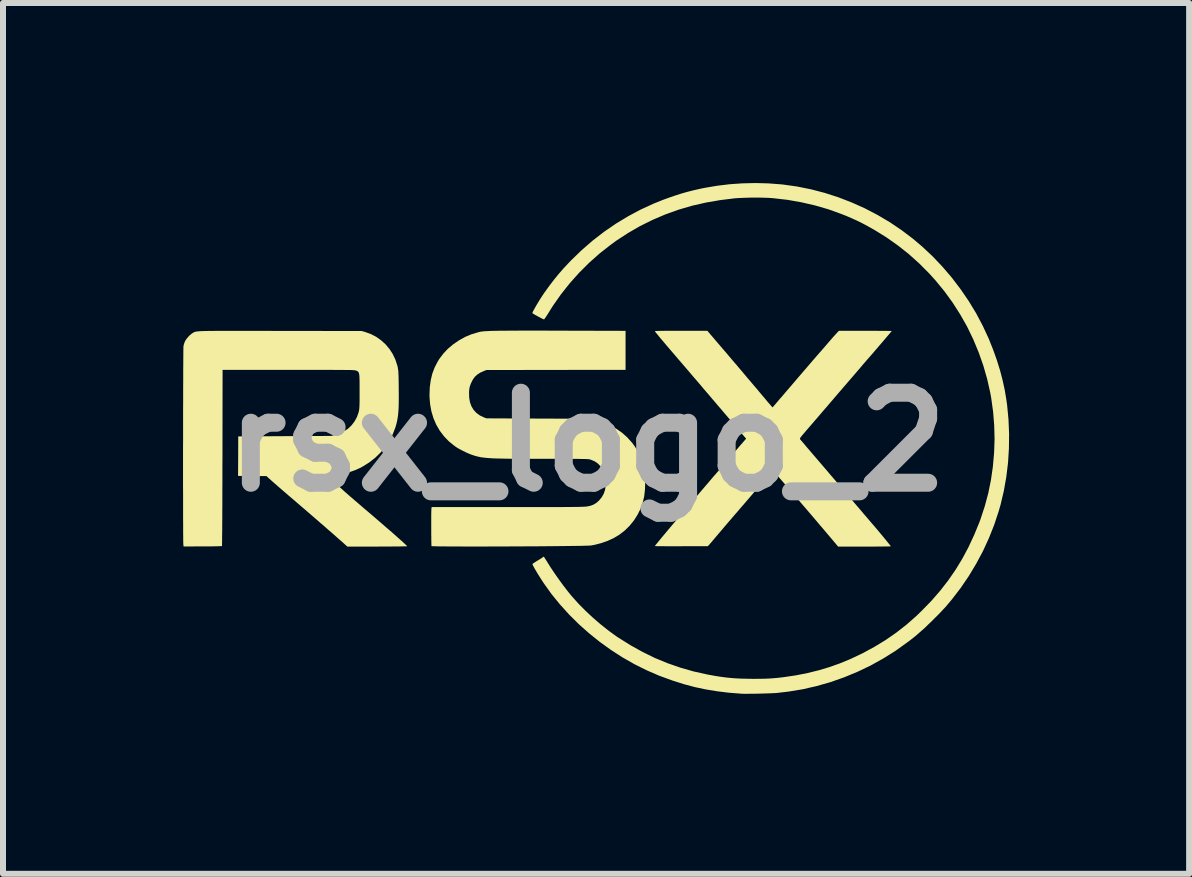
<source format=kicad_pcb>
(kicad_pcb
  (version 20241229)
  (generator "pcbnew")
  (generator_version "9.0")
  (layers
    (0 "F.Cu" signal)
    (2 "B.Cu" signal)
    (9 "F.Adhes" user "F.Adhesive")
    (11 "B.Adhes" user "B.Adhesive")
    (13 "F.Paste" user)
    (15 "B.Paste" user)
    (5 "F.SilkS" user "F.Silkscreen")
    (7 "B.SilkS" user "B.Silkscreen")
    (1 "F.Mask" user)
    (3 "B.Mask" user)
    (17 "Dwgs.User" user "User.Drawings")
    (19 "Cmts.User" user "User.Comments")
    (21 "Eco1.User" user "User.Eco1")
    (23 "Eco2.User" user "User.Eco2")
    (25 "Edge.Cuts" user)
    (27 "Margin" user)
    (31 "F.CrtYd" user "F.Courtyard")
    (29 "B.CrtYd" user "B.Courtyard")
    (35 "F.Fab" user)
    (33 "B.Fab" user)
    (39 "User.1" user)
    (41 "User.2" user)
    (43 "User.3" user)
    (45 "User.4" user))
  (footprint "rsx_logo_2"
    (layer "F.Cu")
    (at 6.737 4.316)
    (property "Reference" "rsx_logo_2" (at 0 0 0) (layer "F.Fab") (effects (font (size 1.5 1.5) (thickness 0.3))))
    (attr board_only exclude_from_pos_files exclude_from_bom)
    (fp_poly (pts (xy -0.865 -1.857) (xy -0.731 -1.857) (xy -0.585 -1.856) (xy -0.425 -1.856) (xy -0.399 -1.856) (xy -0.281 -1.855) (xy -0.167 -1.855) (xy -0.058 -1.855) (xy 0.046 -1.855) (xy 0.144 -1.854) (xy 0.236 -1.854) (xy 0.319 -1.854) (xy 0.394 -1.854) (xy 0.46 -1.854) (xy 0.515 -1.854) (xy 0.56 -1.853) (xy 0.593 -1.853) (xy 0.614 -1.853) (xy 0.621 -1.853) (xy 0.637 -1.854) (xy 0.637 -1.529) (xy 0.637 -1.203) (xy -0.523 -1.202) (xy -1.682 -1.2) (xy -1.721 -1.185) (xy -1.783 -1.157) (xy -1.833 -1.125) (xy -1.875 -1.087) (xy -1.909 -1.039) (xy -1.938 -0.981) (xy -1.946 -0.96) (xy -1.956 -0.933) (xy -1.963 -0.908) (xy -1.967 -0.881) (xy -1.97 -0.847) (xy -1.971 -0.825) (xy -1.969 -0.741) (xy -1.956 -0.665) (xy -1.932 -0.597) (xy -1.896 -0.537) (xy -1.85 -0.487) (xy -1.794 -0.445) (xy -1.727 -0.412) (xy -1.723 -0.411) (xy -1.682 -0.395) (xy -0.815 -0.391) (xy 0.052 -0.388) (xy 0.126 -0.369) (xy 0.252 -0.332) (xy 0.369 -0.284) (xy 0.477 -0.225) (xy 0.576 -0.157) (xy 0.665 -0.078) (xy 0.745 0.011) (xy 0.763 0.035) (xy 0.8 0.087) (xy 0.835 0.146) (xy 0.867 0.207) (xy 0.894 0.265) (xy 0.909 0.307) (xy 0.933 0.393) (xy 0.95 0.489) (xy 0.96 0.591) (xy 0.964 0.694) (xy 0.96 0.796) (xy 0.949 0.893) (xy 0.948 0.902) (xy 0.923 1.009) (xy 0.886 1.113) (xy 0.836 1.212) (xy 0.776 1.307) (xy 0.705 1.394) (xy 0.626 1.472) (xy 0.539 1.54) (xy 0.529 1.547) (xy 0.438 1.601) (xy 0.338 1.647) (xy 0.232 1.684) (xy 0.124 1.712) (xy 0.057 1.724) (xy 0.041 1.725) (xy 0.012 1.726) (xy -0.029 1.727) (xy -0.08 1.729) (xy -0.142 1.73) (xy -0.213 1.731) (xy -0.293 1.732) (xy -0.38 1.733) (xy -0.473 1.734) (xy -0.573 1.735) (xy -0.678 1.736) (xy -0.787 1.737) (xy -0.9 1.738) (xy -1.015 1.738) (xy -1.132 1.739) (xy -1.25 1.739) (xy -1.368 1.74) (xy -1.486 1.74) (xy -1.601 1.74) (xy -1.715 1.741) (xy -1.825 1.741) (xy -1.931 1.741) (xy -2.033 1.741) (xy -2.129 1.74) (xy -2.218 1.74) (xy -2.3 1.74) (xy -2.373 1.739) (xy -2.438 1.739) (xy -2.493 1.738) (xy -2.537 1.737) (xy -2.569 1.736) (xy -2.59 1.735) (xy -2.597 1.734) (xy -2.598 1.724) (xy -2.598 1.703) (xy -2.599 1.671) (xy -2.6 1.63) (xy -2.6 1.583) (xy -2.601 1.53) (xy -2.601 1.474) (xy -2.601 1.416) (xy -2.601 1.359) (xy -2.601 1.303) (xy -2.601 1.251) (xy -2.601 1.205) (xy -2.6 1.166) (xy -2.599 1.135) (xy -2.599 1.116) (xy -2.598 1.111) (xy -2.594 1.084) (xy -1.334 1.084) (xy -1.173 1.084) (xy -1.026 1.084) (xy -0.891 1.084) (xy -0.769 1.084) (xy -0.658 1.084) (xy -0.558 1.084) (xy -0.469 1.083) (xy -0.39 1.083) (xy -0.32 1.082) (xy -0.259 1.082) (xy -0.206 1.081) (xy -0.161 1.081) (xy -0.122 1.08) (xy -0.09 1.079) (xy -0.064 1.078) (xy -0.043 1.077) (xy -0.027 1.076) (xy -0.014 1.075) (xy -0.009 1.074) (xy 0.052 1.062) (xy 0.104 1.042) (xy 0.15 1.014) (xy 0.194 0.975) (xy 0.196 0.973) (xy 0.24 0.92) (xy 0.273 0.862) (xy 0.295 0.798) (xy 0.306 0.726) (xy 0.308 0.678) (xy 0.302 0.6) (xy 0.286 0.528) (xy 0.259 0.463) (xy 0.222 0.406) (xy 0.177 0.359) (xy 0.122 0.321) (xy 0.06 0.295) (xy 0.044 0.29) (xy 0.036 0.288) (xy 0.025 0.287) (xy 0.01 0.285) (xy -0.008 0.284) (xy -0.032 0.283) (xy -0.062 0.282) (xy -0.099 0.282) (xy -0.143 0.281) (xy -0.196 0.28) (xy -0.258 0.28) (xy -0.331 0.28) (xy -0.414 0.28) (xy -0.509 0.28) (xy -0.616 0.279) (xy -0.7 0.279) (xy -0.841 0.279) (xy -0.969 0.279) (xy -1.084 0.279) (xy -1.189 0.278) (xy -1.282 0.278) (xy -1.365 0.277) (xy -1.439 0.275) (xy -1.505 0.274) (xy -1.563 0.272) (xy -1.615 0.269) (xy -1.66 0.266) (xy -1.7 0.262) (xy -1.736 0.258) (xy -1.768 0.254) (xy -1.798 0.248) (xy -1.825 0.242) (xy -1.852 0.235) (xy -1.878 0.228) (xy -1.904 0.219) (xy -1.911 0.217) (xy -1.963 0.198) (xy -2.02 0.173) (xy -2.079 0.144) (xy -2.136 0.114) (xy -2.186 0.084) (xy -2.217 0.062) (xy -2.31 -0.014) (xy -2.39 -0.098) (xy -2.46 -0.19) (xy -2.518 -0.29) (xy -2.564 -0.397) (xy -2.598 -0.51) (xy -2.62 -0.63) (xy -2.63 -0.756) (xy -2.63 -0.793) (xy -2.625 -0.917) (xy -2.609 -1.032) (xy -2.583 -1.14) (xy -2.545 -1.241) (xy -2.496 -1.337) (xy -2.468 -1.383) (xy -2.401 -1.472) (xy -2.324 -1.554) (xy -2.236 -1.628) (xy -2.14 -1.694) (xy -2.038 -1.751) (xy -1.93 -1.796) (xy -1.819 -1.829) (xy -1.787 -1.837) (xy -1.772 -1.84) (xy -1.754 -1.842) (xy -1.733 -1.844) (xy -1.707 -1.847) (xy -1.677 -1.848) (xy -1.642 -1.85) (xy -1.601 -1.852) (xy -1.553 -1.853) (xy -1.498 -1.854) (xy -1.436 -1.855) (xy -1.365 -1.855) (xy -1.285 -1.856) (xy -1.196 -1.856) (xy -1.097 -1.857) (xy -0.987 -1.857)) (stroke (width 0) (type solid)) (fill yes) (layer "F.SilkS"))
    (fp_poly (pts (xy 3.02 -4.31) (xy 3.23 -4.294) (xy 3.26 -4.291) (xy 3.495 -4.258) (xy 3.728 -4.211) (xy 3.958 -4.151) (xy 4.184 -4.078) (xy 4.406 -3.992) (xy 4.623 -3.895) (xy 4.834 -3.785) (xy 5.039 -3.664) (xy 5.235 -3.532) (xy 5.424 -3.389) (xy 5.579 -3.258) (xy 5.753 -3.095) (xy 5.918 -2.921) (xy 6.074 -2.739) (xy 6.219 -2.548) (xy 6.354 -2.351) (xy 6.478 -2.147) (xy 6.589 -1.937) (xy 6.688 -1.724) (xy 6.766 -1.528) (xy 6.827 -1.356) (xy 6.878 -1.191) (xy 6.92 -1.029) (xy 6.955 -0.869) (xy 6.982 -0.708) (xy 6.995 -0.616) (xy 7.018 -0.374) (xy 7.028 -0.133) (xy 7.025 0.108) (xy 7.01 0.347) (xy 6.981 0.584) (xy 6.94 0.816) (xy 6.886 1.044) (xy 6.854 1.154) (xy 6.78 1.379) (xy 6.692 1.6) (xy 6.592 1.818) (xy 6.479 2.029) (xy 6.355 2.235) (xy 6.22 2.433) (xy 6.074 2.623) (xy 5.968 2.749) (xy 5.934 2.785) (xy 5.893 2.829) (xy 5.846 2.878) (xy 5.794 2.929) (xy 5.742 2.982) (xy 5.689 3.032) (xy 5.64 3.08) (xy 5.596 3.121) (xy 5.558 3.154) (xy 5.557 3.155) (xy 5.519 3.188) (xy 5.49 3.214) (xy 5.466 3.234) (xy 5.445 3.251) (xy 5.425 3.267) (xy 5.403 3.284) (xy 5.378 3.304) (xy 5.345 3.328) (xy 5.333 3.337) (xy 5.137 3.478) (xy 4.932 3.606) (xy 4.722 3.723) (xy 4.505 3.827) (xy 4.283 3.919) (xy 4.056 3.999) (xy 3.825 4.065) (xy 3.591 4.119) (xy 3.354 4.158) (xy 3.167 4.18) (xy 3.133 4.183) (xy 3.088 4.185) (xy 3.035 4.187) (xy 2.975 4.189) (xy 2.911 4.191) (xy 2.846 4.193) (xy 2.782 4.194) (xy 2.721 4.194) (xy 2.665 4.195) (xy 2.617 4.195) (xy 2.58 4.194) (xy 2.564 4.193) (xy 2.358 4.177) (xy 2.163 4.153) (xy 1.974 4.122) (xy 1.79 4.083) (xy 1.607 4.034) (xy 1.424 3.976) (xy 1.237 3.908) (xy 1.189 3.89) (xy 0.984 3.801) (xy 0.782 3.7) (xy 0.584 3.587) (xy 0.392 3.463) (xy 0.206 3.329) (xy 0.027 3.185) (xy -0.144 3.033) (xy -0.305 2.873) (xy -0.456 2.706) (xy -0.597 2.533) (xy -0.725 2.354) (xy -0.757 2.305) (xy -0.792 2.25) (xy -0.825 2.198) (xy -0.853 2.151) (xy -0.877 2.11) (xy -0.895 2.077) (xy -0.908 2.051) (xy -0.914 2.036) (xy -0.914 2.032) (xy -0.907 2.026) (xy -0.89 2.014) (xy -0.867 1.999) (xy -0.842 1.983) (xy -0.812 1.965) (xy -0.784 1.948) (xy -0.762 1.934) (xy -0.751 1.926) (xy -0.737 1.916) (xy -0.727 1.91) (xy -0.726 1.91) (xy -0.721 1.915) (xy -0.711 1.931) (xy -0.697 1.953) (xy -0.681 1.978) (xy -0.618 2.079) (xy -0.549 2.183) (xy -0.476 2.287) (xy -0.403 2.387) (xy -0.331 2.481) (xy -0.262 2.566) (xy -0.251 2.578) (xy -0.146 2.695) (xy -0.029 2.813) (xy 0.094 2.928) (xy 0.223 3.039) (xy 0.353 3.142) (xy 0.482 3.236) (xy 0.514 3.257) (xy 0.716 3.384) (xy 0.919 3.497) (xy 1.125 3.598) (xy 1.336 3.685) (xy 1.552 3.76) (xy 1.773 3.823) (xy 2.002 3.874) (xy 2.141 3.899) (xy 2.239 3.914) (xy 2.336 3.926) (xy 2.433 3.935) (xy 2.534 3.941) (xy 2.643 3.944) (xy 2.762 3.946) (xy 2.779 3.946) (xy 2.871 3.945) (xy 2.953 3.944) (xy 3.027 3.941) (xy 3.097 3.936) (xy 3.166 3.93) (xy 3.238 3.922) (xy 3.277 3.917) (xy 3.479 3.887) (xy 3.67 3.849) (xy 3.853 3.804) (xy 4.031 3.751) (xy 4.206 3.689) (xy 4.381 3.617) (xy 4.557 3.534) (xy 4.59 3.518) (xy 4.785 3.412) (xy 4.971 3.299) (xy 5.148 3.176) (xy 5.318 3.043) (xy 5.483 2.898) (xy 5.578 2.806) (xy 5.736 2.643) (xy 5.881 2.476) (xy 6.014 2.305) (xy 6.137 2.127) (xy 6.249 1.943) (xy 6.352 1.75) (xy 6.446 1.548) (xy 6.533 1.336) (xy 6.554 1.279) (xy 6.623 1.068) (xy 6.681 0.852) (xy 6.726 0.631) (xy 6.758 0.407) (xy 6.778 0.18) (xy 6.786 -0.048) (xy 6.78 -0.276) (xy 6.762 -0.502) (xy 6.731 -0.727) (xy 6.715 -0.818) (xy 6.663 -1.049) (xy 6.598 -1.276) (xy 6.52 -1.497) (xy 6.43 -1.713) (xy 6.328 -1.924) (xy 6.213 -2.127) (xy 6.087 -2.324) (xy 5.95 -2.513) (xy 5.801 -2.694) (xy 5.698 -2.808) (xy 5.531 -2.976) (xy 5.357 -3.132) (xy 5.175 -3.276) (xy 4.985 -3.41) (xy 4.785 -3.534) (xy 4.711 -3.576) (xy 4.629 -3.621) (xy 4.552 -3.661) (xy 4.477 -3.697) (xy 4.399 -3.732) (xy 4.315 -3.768) (xy 4.229 -3.802) (xy 4.015 -3.879) (xy 3.794 -3.943) (xy 3.568 -3.995) (xy 3.336 -4.036) (xy 3.099 -4.063) (xy 3.078 -4.065) (xy 3.022 -4.069) (xy 2.956 -4.071) (xy 2.882 -4.073) (xy 2.804 -4.073) (xy 2.724 -4.073) (xy 2.645 -4.071) (xy 2.572 -4.068) (xy 2.506 -4.065) (xy 2.462 -4.062) (xy 2.217 -4.032) (xy 1.978 -3.991) (xy 1.746 -3.938) (xy 1.52 -3.872) (xy 1.3 -3.793) (xy 1.087 -3.702) (xy 0.879 -3.599) (xy 0.678 -3.483) (xy 0.482 -3.355) (xy 0.397 -3.293) (xy 0.21 -3.147) (xy 0.033 -2.99) (xy -0.135 -2.823) (xy -0.292 -2.647) (xy -0.439 -2.462) (xy -0.575 -2.268) (xy -0.667 -2.121) (xy -0.686 -2.092) (xy -0.702 -2.068) (xy -0.715 -2.051) (xy -0.722 -2.044) (xy -0.723 -2.044) (xy -0.736 -2.049) (xy -0.758 -2.059) (xy -0.784 -2.073) (xy -0.814 -2.088) (xy -0.844 -2.105) (xy -0.872 -2.12) (xy -0.895 -2.134) (xy -0.911 -2.144) (xy -0.916 -2.149) (xy -0.913 -2.16) (xy -0.903 -2.182) (xy -0.887 -2.211) (xy -0.867 -2.247) (xy -0.844 -2.287) (xy -0.818 -2.33) (xy -0.792 -2.373) (xy -0.765 -2.415) (xy -0.739 -2.455) (xy -0.716 -2.489) (xy -0.715 -2.49) (xy -0.635 -2.601) (xy -0.557 -2.703) (xy -0.479 -2.799) (xy -0.397 -2.893) (xy -0.308 -2.988) (xy -0.27 -3.028) (xy -0.095 -3.197) (xy 0.088 -3.356) (xy 0.278 -3.503) (xy 0.476 -3.639) (xy 0.681 -3.763) (xy 0.891 -3.875) (xy 1.107 -3.974) (xy 1.261 -4.036) (xy 1.372 -4.076) (xy 1.474 -4.111) (xy 1.571 -4.142) (xy 1.667 -4.169) (xy 1.766 -4.194) (xy 1.871 -4.218) (xy 1.952 -4.235) (xy 2.158 -4.27) (xy 2.371 -4.296) (xy 2.588 -4.311) (xy 2.805 -4.316)) (stroke (width 0) (type solid)) (fill yes) (layer "F.SilkS"))
    (fp_poly (pts (xy -5.789 -1.853) (xy -5.673 -1.853) (xy -5.544 -1.853) (xy -5.404 -1.853) (xy -5.251 -1.852) (xy -5.113 -1.852) (xy -3.76 -1.85) (xy -3.706 -1.835) (xy -3.609 -1.8) (xy -3.519 -1.754) (xy -3.437 -1.696) (xy -3.363 -1.629) (xy -3.298 -1.552) (xy -3.243 -1.467) (xy -3.199 -1.375) (xy -3.167 -1.276) (xy -3.16 -1.249) (xy -3.157 -1.231) (xy -3.154 -1.213) (xy -3.151 -1.193) (xy -3.149 -1.17) (xy -3.148 -1.141) (xy -3.146 -1.105) (xy -3.145 -1.06) (xy -3.144 -1.006) (xy -3.143 -0.94) (xy -3.143 -0.901) (xy -3.142 -0.8) (xy -3.142 -0.711) (xy -3.143 -0.633) (xy -3.145 -0.564) (xy -3.149 -0.504) (xy -3.154 -0.45) (xy -3.161 -0.401) (xy -3.169 -0.355) (xy -3.179 -0.312) (xy -3.191 -0.268) (xy -3.198 -0.245) (xy -3.242 -0.131) (xy -3.298 -0.023) (xy -3.366 0.079) (xy -3.444 0.173) (xy -3.533 0.26) (xy -3.632 0.338) (xy -3.74 0.406) (xy -3.795 0.435) (xy -3.866 0.467) (xy -3.945 0.495) (xy -4.031 0.519) (xy -4.117 0.539) (xy -4.2 0.552) (xy -4.258 0.558) (xy -4.288 0.56) (xy -4.312 0.562) (xy -4.327 0.563) (xy -4.33 0.564) (xy -4.325 0.57) (xy -4.312 0.583) (xy -4.293 0.602) (xy -4.269 0.624) (xy -4.243 0.648) (xy -4.218 0.671) (xy -4.197 0.69) (xy -4.178 0.706) (xy -4.152 0.73) (xy -4.12 0.757) (xy -4.087 0.787) (xy -4.067 0.805) (xy -4.044 0.826) (xy -4.021 0.846) (xy -3.997 0.867) (xy -3.972 0.889) (xy -3.944 0.914) (xy -3.911 0.941) (xy -3.874 0.974) (xy -3.83 1.011) (xy -3.779 1.055) (xy -3.72 1.106) (xy -3.655 1.161) (xy -3.58 1.225) (xy -3.515 1.281) (xy -3.458 1.33) (xy -3.408 1.373) (xy -3.365 1.411) (xy -3.326 1.444) (xy -3.29 1.475) (xy -3.257 1.503) (xy -3.226 1.531) (xy -3.195 1.558) (xy -3.163 1.587) (xy -3.143 1.605) (xy -3.105 1.638) (xy -3.072 1.668) (xy -3.043 1.695) (xy -3.021 1.716) (xy -3.006 1.73) (xy -3.001 1.736) (xy -3.001 1.736) (xy -3.008 1.737) (xy -3.027 1.738) (xy -3.059 1.738) (xy -3.101 1.739) (xy -3.153 1.74) (xy -3.213 1.74) (xy -3.28 1.741) (xy -3.354 1.741) (xy -3.433 1.741) (xy -3.5 1.742) (xy -3.999 1.742) (xy -4.048 1.698) (xy -4.075 1.673) (xy -4.113 1.64) (xy -4.158 1.601) (xy -4.209 1.555) (xy -4.266 1.505) (xy -4.328 1.452) (xy -4.391 1.396) (xy -4.457 1.34) (xy -4.522 1.283) (xy -4.586 1.228) (xy -4.647 1.175) (xy -4.705 1.125) (xy -4.757 1.081) (xy -4.805 1.039) (xy -4.851 1) (xy -4.892 0.964) (xy -4.929 0.933) (xy -4.959 0.907) (xy -4.982 0.888) (xy -4.995 0.876) (xy -4.998 0.874) (xy -5.011 0.862) (xy -5.032 0.844) (xy -5.059 0.821) (xy -5.087 0.797) (xy -5.093 0.792) (xy -5.125 0.764) (xy -5.163 0.731) (xy -5.204 0.695) (xy -5.243 0.661) (xy -5.257 0.648) (xy -5.348 0.567) (xy -5.53 0.566) (xy -5.582 0.566) (xy -5.633 0.566) (xy -5.68 0.565) (xy -5.72 0.565) (xy -5.751 0.565) (xy -5.766 0.565) (xy -5.82 0.564) (xy -5.818 0.235) (xy -5.817 -0.094) (xy -5.04 -0.098) (xy -4.264 -0.102) (xy -4.208 -0.118) (xy -4.166 -0.131) (xy -4.121 -0.15) (xy -4.075 -0.172) (xy -4.032 -0.194) (xy -3.997 -0.216) (xy -3.979 -0.23) (xy -3.925 -0.283) (xy -3.877 -0.347) (xy -3.839 -0.417) (xy -3.813 -0.49) (xy -3.808 -0.508) (xy -3.805 -0.524) (xy -3.802 -0.54) (xy -3.8 -0.558) (xy -3.798 -0.581) (xy -3.797 -0.609) (xy -3.796 -0.645) (xy -3.795 -0.689) (xy -3.795 -0.743) (xy -3.795 -0.809) (xy -3.795 -0.846) (xy -3.795 -0.921) (xy -3.795 -0.984) (xy -3.796 -1.034) (xy -3.797 -1.075) (xy -3.799 -1.107) (xy -3.802 -1.131) (xy -3.806 -1.149) (xy -3.812 -1.162) (xy -3.819 -1.172) (xy -3.828 -1.179) (xy -3.839 -1.185) (xy -3.85 -1.19) (xy -3.854 -1.191) (xy -3.859 -1.193) (xy -3.865 -1.194) (xy -3.874 -1.196) (xy -3.885 -1.197) (xy -3.899 -1.198) (xy -3.918 -1.199) (xy -3.942 -1.2) (xy -3.97 -1.2) (xy -4.005 -1.201) (xy -4.047 -1.201) (xy -4.096 -1.202) (xy -4.152 -1.202) (xy -4.218 -1.202) (xy -4.293 -1.203) (xy -4.378 -1.203) (xy -4.474 -1.203) (xy -4.581 -1.203) (xy -4.7 -1.203) (xy -4.831 -1.203) (xy -4.976 -1.203) (xy -4.979 -1.203) (xy -6.078 -1.203) (xy -6.08 0.262) (xy -6.081 0.404) (xy -6.081 0.542) (xy -6.081 0.677) (xy -6.082 0.806) (xy -6.082 0.929) (xy -6.082 1.046) (xy -6.083 1.156) (xy -6.083 1.259) (xy -6.084 1.353) (xy -6.084 1.439) (xy -6.085 1.515) (xy -6.086 1.58) (xy -6.086 1.635) (xy -6.087 1.678) (xy -6.087 1.709) (xy -6.088 1.728) (xy -6.088 1.733) (xy -6.096 1.734) (xy -6.117 1.735) (xy -6.149 1.736) (xy -6.19 1.737) (xy -6.24 1.738) (xy -6.296 1.739) (xy -6.358 1.739) (xy -6.411 1.739) (xy -6.728 1.74) (xy -6.732 1.704) (xy -6.733 1.692) (xy -6.733 1.667) (xy -6.734 1.63) (xy -6.734 1.581) (xy -6.735 1.521) (xy -6.735 1.45) (xy -6.735 1.371) (xy -6.736 1.283) (xy -6.736 1.187) (xy -6.736 1.084) (xy -6.736 0.975) (xy -6.736 0.86) (xy -6.737 0.741) (xy -6.737 0.617) (xy -6.737 0.49) (xy -6.737 0.361) (xy -6.737 0.229) (xy -6.737 0.097) (xy -6.736 -0.036) (xy -6.736 -0.168) (xy -6.736 -0.298) (xy -6.736 -0.427) (xy -6.736 -0.553) (xy -6.735 -0.676) (xy -6.735 -0.794) (xy -6.735 -0.907) (xy -6.734 -1.014) (xy -6.734 -1.115) (xy -6.734 -1.209) (xy -6.733 -1.294) (xy -6.733 -1.371) (xy -6.732 -1.438) (xy -6.732 -1.494) (xy -6.731 -1.54) (xy -6.731 -1.574) (xy -6.73 -1.595) (xy -6.729 -1.602) (xy -6.722 -1.631) (xy -6.711 -1.662) (xy -6.705 -1.677) (xy -6.687 -1.708) (xy -6.66 -1.742) (xy -6.63 -1.775) (xy -6.598 -1.802) (xy -6.579 -1.815) (xy -6.571 -1.82) (xy -6.564 -1.824) (xy -6.558 -1.828) (xy -6.551 -1.831) (xy -6.542 -1.835) (xy -6.533 -1.837) (xy -6.521 -1.84) (xy -6.506 -1.842) (xy -6.488 -1.844) (xy -6.466 -1.846) (xy -6.439 -1.848) (xy -6.407 -1.849) (xy -6.37 -1.85) (xy -6.325 -1.851) (xy -6.274 -1.852) (xy -6.216 -1.852) (xy -6.149 -1.853) (xy -6.074 -1.853) (xy -5.989 -1.853) (xy -5.894 -1.853)) (stroke (width 0) (type solid)) (fill yes) (layer "F.SilkS"))
    (fp_poly (pts (xy 2.079 -1.761) (xy 2.105 -1.731) (xy 2.137 -1.693) (xy 2.175 -1.649) (xy 2.217 -1.6) (xy 2.261 -1.548) (xy 2.308 -1.494) (xy 2.355 -1.438) (xy 2.401 -1.384) (xy 2.446 -1.331) (xy 2.488 -1.283) (xy 2.525 -1.238) (xy 2.557 -1.201) (xy 2.583 -1.171) (xy 2.601 -1.149) (xy 2.602 -1.147) (xy 2.618 -1.128) (xy 2.642 -1.1) (xy 2.671 -1.065) (xy 2.705 -1.026) (xy 2.742 -0.982) (xy 2.779 -0.938) (xy 2.791 -0.924) (xy 2.829 -0.88) (xy 2.865 -0.836) (xy 2.899 -0.796) (xy 2.93 -0.759) (xy 2.955 -0.73) (xy 2.972 -0.709) (xy 2.977 -0.704) (xy 3 -0.675) (xy 3.026 -0.646) (xy 3.048 -0.62) (xy 3.052 -0.615) (xy 3.086 -0.577) (xy 3.12 -0.616) (xy 3.13 -0.627) (xy 3.148 -0.649) (xy 3.174 -0.679) (xy 3.206 -0.717) (xy 3.245 -0.761) (xy 3.288 -0.812) (xy 3.335 -0.867) (xy 3.386 -0.926) (xy 3.439 -0.988) (xy 3.473 -1.028) (xy 3.528 -1.092) (xy 3.581 -1.154) (xy 3.632 -1.213) (xy 3.68 -1.269) (xy 3.723 -1.319) (xy 3.761 -1.364) (xy 3.794 -1.401) (xy 3.819 -1.431) (xy 3.837 -1.451) (xy 3.844 -1.459) (xy 3.863 -1.481) (xy 3.89 -1.511) (xy 3.921 -1.547) (xy 3.955 -1.586) (xy 3.989 -1.626) (xy 4.001 -1.64) (xy 4.035 -1.679) (xy 4.068 -1.717) (xy 4.098 -1.752) (xy 4.125 -1.781) (xy 4.145 -1.803) (xy 4.151 -1.81) (xy 4.192 -1.854) (xy 4.632 -1.854) (xy 4.709 -1.854) (xy 4.782 -1.854) (xy 4.849 -1.853) (xy 4.91 -1.853) (xy 4.962 -1.853) (xy 5.006 -1.852) (xy 5.04 -1.852) (xy 5.062 -1.851) (xy 5.071 -1.851) (xy 5.072 -1.85) (xy 5.067 -1.844) (xy 5.055 -1.829) (xy 5.036 -1.806) (xy 5.011 -1.777) (xy 4.981 -1.742) (xy 4.948 -1.703) (xy 4.938 -1.691) (xy 4.902 -1.649) (xy 4.867 -1.609) (xy 4.836 -1.572) (xy 4.808 -1.54) (xy 4.787 -1.515) (xy 4.773 -1.498) (xy 4.772 -1.497) (xy 4.75 -1.472) (xy 4.727 -1.445) (xy 4.711 -1.427) (xy 4.683 -1.395) (xy 4.652 -1.36) (xy 4.622 -1.325) (xy 4.595 -1.294) (xy 4.575 -1.27) (xy 4.566 -1.259) (xy 4.549 -1.239) (xy 4.525 -1.211) (xy 4.493 -1.174) (xy 4.457 -1.132) (xy 4.415 -1.083) (xy 4.369 -1.03) (xy 4.32 -0.973) (xy 4.269 -0.914) (xy 4.259 -0.902) (xy 4.203 -0.837) (xy 4.146 -0.771) (xy 4.089 -0.704) (xy 4.034 -0.64) (xy 3.981 -0.578) (xy 3.932 -0.522) (xy 3.889 -0.471) (xy 3.853 -0.429) (xy 3.83 -0.402) (xy 3.791 -0.358) (xy 3.753 -0.313) (xy 3.716 -0.27) (xy 3.682 -0.231) (xy 3.654 -0.198) (xy 3.632 -0.173) (xy 3.631 -0.171) (xy 3.599 -0.134) (xy 3.575 -0.106) (xy 3.559 -0.085) (xy 3.548 -0.07) (xy 3.543 -0.06) (xy 3.543 -0.052) (xy 3.546 -0.046) (xy 3.547 -0.044) (xy 3.553 -0.037) (xy 3.568 -0.02) (xy 3.59 0.006) (xy 3.619 0.04) (xy 3.653 0.081) (xy 3.693 0.127) (xy 3.737 0.179) (xy 3.785 0.235) (xy 3.836 0.294) (xy 3.888 0.355) (xy 3.942 0.418) (xy 3.996 0.481) (xy 4.049 0.544) (xy 4.06 0.557) (xy 4.084 0.584) (xy 4.109 0.614) (xy 4.131 0.639) (xy 4.135 0.644) (xy 4.147 0.658) (xy 4.167 0.682) (xy 4.193 0.712) (xy 4.225 0.75) (xy 4.26 0.791) (xy 4.299 0.836) (xy 4.334 0.878) (xy 4.378 0.929) (xy 4.423 0.982) (xy 4.468 1.035) (xy 4.512 1.086) (xy 4.551 1.132) (xy 4.584 1.17) (xy 4.599 1.189) (xy 4.632 1.227) (xy 4.665 1.265) (xy 4.695 1.301) (xy 4.722 1.332) (xy 4.741 1.355) (xy 4.743 1.357) (xy 4.776 1.395) (xy 4.811 1.436) (xy 4.847 1.479) (xy 4.884 1.523) (xy 4.92 1.566) (xy 4.954 1.608) (xy 4.985 1.645) (xy 5.012 1.679) (xy 5.034 1.706) (xy 5.049 1.725) (xy 5.057 1.736) (xy 5.058 1.738) (xy 5.051 1.738) (xy 5.031 1.739) (xy 5 1.74) (xy 4.958 1.74) (xy 4.907 1.741) (xy 4.848 1.741) (xy 4.782 1.742) (xy 4.711 1.742) (xy 4.635 1.742) (xy 4.619 1.742) (xy 4.179 1.742) (xy 4.057 1.597) (xy 4.009 1.541) (xy 3.963 1.486) (xy 3.917 1.432) (xy 3.87 1.377) (xy 3.822 1.32) (xy 3.772 1.261) (xy 3.718 1.198) (xy 3.66 1.13) (xy 3.596 1.056) (xy 3.527 0.975) (xy 3.45 0.885) (xy 3.365 0.787) (xy 3.345 0.762) (xy 3.308 0.72) (xy 3.27 0.676) (xy 3.235 0.636) (xy 3.203 0.599) (xy 3.177 0.569) (xy 3.159 0.549) (xy 3.137 0.524) (xy 3.118 0.503) (xy 3.105 0.487) (xy 3.098 0.48) (xy 3.096 0.48) (xy 3.093 0.482) (xy 3.086 0.487) (xy 3.077 0.496) (xy 3.065 0.509) (xy 3.048 0.528) (xy 3.026 0.552) (xy 2.999 0.582) (xy 2.966 0.62) (xy 2.927 0.665) (xy 2.88 0.719) (xy 2.826 0.782) (xy 2.764 0.854) (xy 2.735 0.888) (xy 2.689 0.942) (xy 2.645 0.993) (xy 2.604 1.041) (xy 2.566 1.084) (xy 2.534 1.122) (xy 2.507 1.153) (xy 2.488 1.176) (xy 2.476 1.189) (xy 2.476 1.189) (xy 2.451 1.218) (xy 2.421 1.253) (xy 2.386 1.294) (xy 2.347 1.339) (xy 2.306 1.387) (xy 2.265 1.435) (xy 2.224 1.484) (xy 2.184 1.53) (xy 2.148 1.573) (xy 2.115 1.612) (xy 2.088 1.644) (xy 2.067 1.669) (xy 2.054 1.684) (xy 2.054 1.684) (xy 2.035 1.706) (xy 2.019 1.724) (xy 2.008 1.733) (xy 2.005 1.735) (xy 1.997 1.735) (xy 1.976 1.735) (xy 1.943 1.735) (xy 1.9 1.735) (xy 1.848 1.735) (xy 1.788 1.736) (xy 1.722 1.736) (xy 1.65 1.736) (xy 1.573 1.736) (xy 1.562 1.737) (xy 1.485 1.737) (xy 1.413 1.737) (xy 1.346 1.737) (xy 1.286 1.736) (xy 1.233 1.736) (xy 1.19 1.735) (xy 1.157 1.735) (xy 1.135 1.734) (xy 1.126 1.733) (xy 1.126 1.733) (xy 1.131 1.725) (xy 1.144 1.708) (xy 1.167 1.68) (xy 1.198 1.642) (xy 1.237 1.594) (xy 1.285 1.537) (xy 1.341 1.47) (xy 1.405 1.394) (xy 1.477 1.309) (xy 1.557 1.215) (xy 1.644 1.113) (xy 1.738 1.002) (xy 1.766 0.969) (xy 1.81 0.918) (xy 1.855 0.866) (xy 1.899 0.813) (xy 1.942 0.763) (xy 1.98 0.718) (xy 2.013 0.68) (xy 2.029 0.661) (xy 2.064 0.62) (xy 2.102 0.575) (xy 2.141 0.531) (xy 2.176 0.49) (xy 2.2 0.462) (xy 2.23 0.427) (xy 2.266 0.385) (xy 2.305 0.34) (xy 2.343 0.295) (xy 2.372 0.262) (xy 2.409 0.219) (xy 2.45 0.171) (xy 2.492 0.122) (xy 2.531 0.076) (xy 2.556 0.047) (xy 2.646 -0.056) (xy 2.633 -0.072) (xy 2.621 -0.086) (xy 2.604 -0.106) (xy 2.595 -0.116) (xy 2.575 -0.139) (xy 2.554 -0.164) (xy 2.548 -0.172) (xy 2.533 -0.189) (xy 2.509 -0.217) (xy 2.478 -0.254) (xy 2.438 -0.301) (xy 2.391 -0.356) (xy 2.338 -0.419) (xy 2.277 -0.49) (xy 2.218 -0.56) (xy 2.178 -0.606) (xy 2.136 -0.656) (xy 2.093 -0.706) (xy 2.053 -0.753) (xy 2.018 -0.795) (xy 1.997 -0.819) (xy 1.972 -0.848) (xy 1.939 -0.886) (xy 1.901 -0.932) (xy 1.858 -0.982) (xy 1.813 -1.035) (xy 1.766 -1.089) (xy 1.72 -1.143) (xy 1.711 -1.154) (xy 1.638 -1.239) (xy 1.573 -1.315) (xy 1.515 -1.382) (xy 1.466 -1.44) (xy 1.422 -1.491) (xy 1.384 -1.535) (xy 1.352 -1.573) (xy 1.324 -1.605) (xy 1.3 -1.634) (xy 1.28 -1.658) (xy 1.262 -1.679) (xy 1.246 -1.698) (xy 1.231 -1.715) (xy 1.217 -1.732) (xy 1.206 -1.745) (xy 1.182 -1.775) (xy 1.159 -1.802) (xy 1.142 -1.824) (xy 1.13 -1.838) (xy 1.127 -1.842) (xy 1.126 -1.844) (xy 1.126 -1.846) (xy 1.13 -1.848) (xy 1.138 -1.849) (xy 1.151 -1.851) (xy 1.17 -1.852) (xy 1.195 -1.852) (xy 1.229 -1.853) (xy 1.272 -1.853) (xy 1.325 -1.854) (xy 1.389 -1.854) (xy 1.465 -1.854) (xy 1.553 -1.854) (xy 1.559 -1.854) (xy 2 -1.854)) (stroke (width 0) (type solid)) (fill yes) (layer "F.SilkS")))
  (gr_rect
    (start -3 -3)
    (end 16.765 11.511)
    (stroke (width 0.1) (type default))
    (fill no)
    (layer "Edge.Cuts")))
</source>
